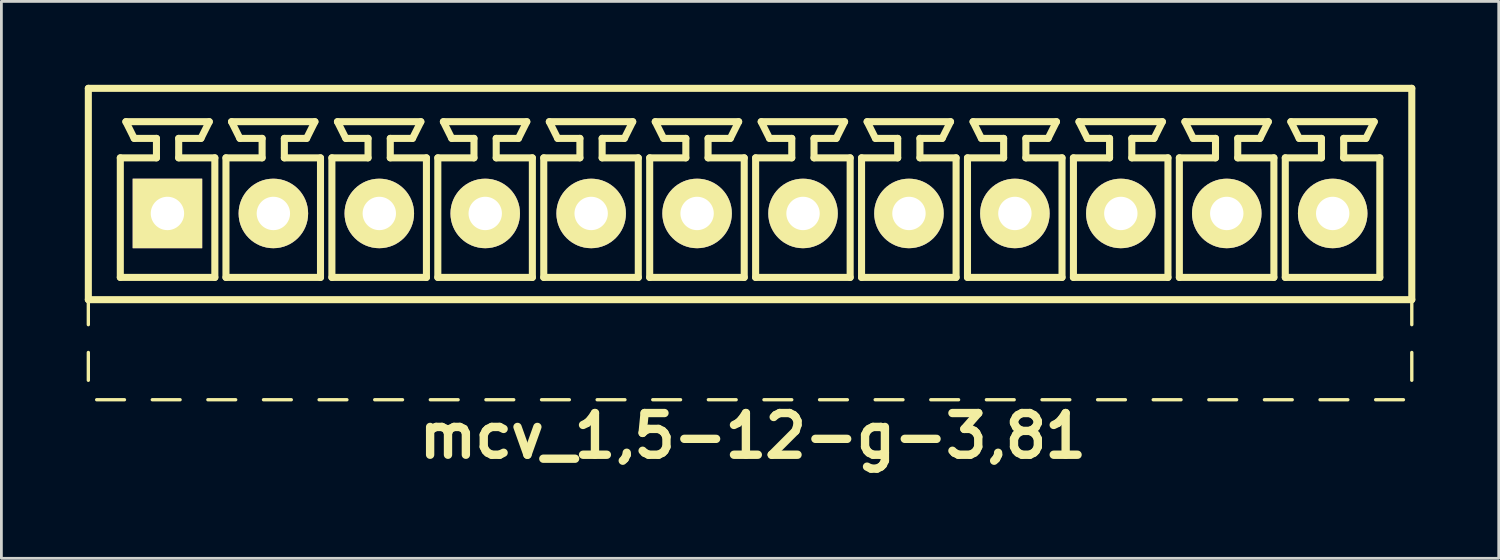
<source format=kicad_pcb>
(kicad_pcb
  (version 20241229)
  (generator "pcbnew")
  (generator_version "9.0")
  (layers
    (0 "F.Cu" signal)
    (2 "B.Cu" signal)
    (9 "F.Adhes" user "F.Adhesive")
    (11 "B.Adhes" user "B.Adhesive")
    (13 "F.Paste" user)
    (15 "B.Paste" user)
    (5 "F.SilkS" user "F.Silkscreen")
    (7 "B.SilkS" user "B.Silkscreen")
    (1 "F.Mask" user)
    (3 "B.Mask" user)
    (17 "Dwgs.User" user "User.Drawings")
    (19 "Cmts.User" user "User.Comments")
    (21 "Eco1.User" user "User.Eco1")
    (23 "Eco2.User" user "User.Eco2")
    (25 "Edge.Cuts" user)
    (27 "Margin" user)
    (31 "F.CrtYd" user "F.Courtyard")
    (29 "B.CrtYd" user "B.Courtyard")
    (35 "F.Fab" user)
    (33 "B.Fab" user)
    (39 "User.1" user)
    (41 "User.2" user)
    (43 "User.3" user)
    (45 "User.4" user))
  (footprint "mcv_1,5-12-g-3,81"
    (layer "F.Cu")
    (at 23.927 4.627)
    (property "Reference" "mcv_1,5-12-g-3,81" (at 0.1 8 0) (layer "F.SilkS") (effects (font (size 1.5 1.5) (thickness 0.3))))
    (attr through_hole)
    (fp_line (start -23.8 -4.5) (end -23.8 3.1) (stroke (width 0.254) (type solid)) (layer "F.SilkS"))
    (fp_line (start -23.8 -4.5) (end 23.8 -4.5) (stroke (width 0.254) (type solid)) (layer "F.SilkS"))
    (fp_line (start -23.8 3.1) (end -23.8 4) (stroke (width 0.12) (type solid)) (layer "F.SilkS"))
    (fp_line (start -23.8 3.1) (end 23.8 3.1) (stroke (width 0.254) (type solid)) (layer "F.SilkS"))
    (fp_line (start -23.8 5) (end -23.8 6) (stroke (width 0.12) (type solid)) (layer "F.SilkS"))
    (fp_line (start -23.5 6.7) (end -22.5 6.7) (stroke (width 0.12) (type solid)) (layer "F.SilkS"))
    (fp_line (start -22.65 -2) (end -21.35 -2) (stroke (width 0.254) (type solid)) (layer "F.SilkS"))
    (fp_line (start -22.65 2.3) (end -22.65 -2) (stroke (width 0.254) (type solid)) (layer "F.SilkS"))
    (fp_line (start -22.45 -3.3) (end -19.45 -3.3) (stroke (width 0.254) (type solid)) (layer "F.SilkS"))
    (fp_line (start -22.15 -2.7) (end -22.45 -3.3) (stroke (width 0.254) (type solid)) (layer "F.SilkS"))
    (fp_line (start -21.5 6.7) (end -20.5 6.7) (stroke (width 0.12) (type solid)) (layer "F.SilkS"))
    (fp_line (start -21.35 -2.7) (end -22.15 -2.7) (stroke (width 0.254) (type solid)) (layer "F.SilkS"))
    (fp_line (start -21.35 -2) (end -21.35 -2.7) (stroke (width 0.254) (type solid)) (layer "F.SilkS"))
    (fp_line (start -20.55 -2.7) (end -20.55 -2) (stroke (width 0.254) (type solid)) (layer "F.SilkS"))
    (fp_line (start -20.55 -2) (end -19.25 -2) (stroke (width 0.254) (type solid)) (layer "F.SilkS"))
    (fp_line (start -19.75 -2.7) (end -20.55 -2.7) (stroke (width 0.254) (type solid)) (layer "F.SilkS"))
    (fp_line (start -19.75 -2.7) (end -19.45 -3.3) (stroke (width 0.254) (type solid)) (layer "F.SilkS"))
    (fp_line (start -19.5 6.7) (end -18.5 6.7) (stroke (width 0.12) (type solid)) (layer "F.SilkS"))
    (fp_line (start -19.25 -2) (end -19.25 2.3) (stroke (width 0.254) (type solid)) (layer "F.SilkS"))
    (fp_line (start -19.25 2.3) (end -22.65 2.3) (stroke (width 0.254) (type solid)) (layer "F.SilkS"))
    (fp_line (start -18.85 -2) (end -17.55 -2) (stroke (width 0.254) (type solid)) (layer "F.SilkS"))
    (fp_line (start -18.85 2.3) (end -18.85 -2) (stroke (width 0.254) (type solid)) (layer "F.SilkS"))
    (fp_line (start -18.65 -3.3) (end -15.65 -3.3) (stroke (width 0.254) (type solid)) (layer "F.SilkS"))
    (fp_line (start -18.35 -2.7) (end -18.65 -3.3) (stroke (width 0.254) (type solid)) (layer "F.SilkS"))
    (fp_line (start -17.55 -2.7) (end -18.35 -2.7) (stroke (width 0.254) (type solid)) (layer "F.SilkS"))
    (fp_line (start -17.55 -2) (end -17.55 -2.7) (stroke (width 0.254) (type solid)) (layer "F.SilkS"))
    (fp_line (start -17.5 6.7) (end -16.5 6.7) (stroke (width 0.12) (type solid)) (layer "F.SilkS"))
    (fp_line (start -16.75 -2.7) (end -16.75 -2) (stroke (width 0.254) (type solid)) (layer "F.SilkS"))
    (fp_line (start -16.75 -2) (end -15.45 -2) (stroke (width 0.254) (type solid)) (layer "F.SilkS"))
    (fp_line (start -15.95 -2.7) (end -16.75 -2.7) (stroke (width 0.254) (type solid)) (layer "F.SilkS"))
    (fp_line (start -15.95 -2.7) (end -15.65 -3.3) (stroke (width 0.254) (type solid)) (layer "F.SilkS"))
    (fp_line (start -15.5 6.7) (end -14.5 6.7) (stroke (width 0.12) (type solid)) (layer "F.SilkS"))
    (fp_line (start -15.45 -2) (end -15.45 2.3) (stroke (width 0.254) (type solid)) (layer "F.SilkS"))
    (fp_line (start -15.45 2.3) (end -18.85 2.3) (stroke (width 0.254) (type solid)) (layer "F.SilkS"))
    (fp_line (start -15.04 -2) (end -13.74 -2) (stroke (width 0.254) (type solid)) (layer "F.SilkS"))
    (fp_line (start -15.04 2.3) (end -15.04 -2) (stroke (width 0.254) (type solid)) (layer "F.SilkS"))
    (fp_line (start -14.84 -3.3) (end -11.84 -3.3) (stroke (width 0.254) (type solid)) (layer "F.SilkS"))
    (fp_line (start -14.54 -2.7) (end -14.84 -3.3) (stroke (width 0.254) (type solid)) (layer "F.SilkS"))
    (fp_line (start -13.74 -2.7) (end -14.54 -2.7) (stroke (width 0.254) (type solid)) (layer "F.SilkS"))
    (fp_line (start -13.74 -2) (end -13.74 -2.7) (stroke (width 0.254) (type solid)) (layer "F.SilkS"))
    (fp_line (start -13.5 6.7) (end -12.5 6.7) (stroke (width 0.12) (type solid)) (layer "F.SilkS"))
    (fp_line (start -12.94 -2.7) (end -12.94 -2) (stroke (width 0.254) (type solid)) (layer "F.SilkS"))
    (fp_line (start -12.94 -2) (end -11.64 -2) (stroke (width 0.254) (type solid)) (layer "F.SilkS"))
    (fp_line (start -12.14 -2.7) (end -12.94 -2.7) (stroke (width 0.254) (type solid)) (layer "F.SilkS"))
    (fp_line (start -12.14 -2.7) (end -11.84 -3.3) (stroke (width 0.254) (type solid)) (layer "F.SilkS"))
    (fp_line (start -11.64 -2) (end -11.64 2.3) (stroke (width 0.254) (type solid)) (layer "F.SilkS"))
    (fp_line (start -11.64 2.3) (end -15.04 2.3) (stroke (width 0.254) (type solid)) (layer "F.SilkS"))
    (fp_line (start -11.5 6.7) (end -10.5 6.7) (stroke (width 0.12) (type solid)) (layer "F.SilkS"))
    (fp_line (start -11.23 -2) (end -9.93 -2) (stroke (width 0.254) (type solid)) (layer "F.SilkS"))
    (fp_line (start -11.23 2.3) (end -11.23 -2) (stroke (width 0.254) (type solid)) (layer "F.SilkS"))
    (fp_line (start -11.03 -3.3) (end -8.03 -3.3) (stroke (width 0.254) (type solid)) (layer "F.SilkS"))
    (fp_line (start -10.73 -2.7) (end -11.03 -3.3) (stroke (width 0.254) (type solid)) (layer "F.SilkS"))
    (fp_line (start -9.93 -2.7) (end -10.73 -2.7) (stroke (width 0.254) (type solid)) (layer "F.SilkS"))
    (fp_line (start -9.93 -2) (end -9.93 -2.7) (stroke (width 0.254) (type solid)) (layer "F.SilkS"))
    (fp_line (start -9.5 6.7) (end -8.5 6.7) (stroke (width 0.12) (type solid)) (layer "F.SilkS"))
    (fp_line (start -9.13 -2.7) (end -9.13 -2) (stroke (width 0.254) (type solid)) (layer "F.SilkS"))
    (fp_line (start -9.13 -2) (end -7.83 -2) (stroke (width 0.254) (type solid)) (layer "F.SilkS"))
    (fp_line (start -8.33 -2.7) (end -9.13 -2.7) (stroke (width 0.254) (type solid)) (layer "F.SilkS"))
    (fp_line (start -8.33 -2.7) (end -8.03 -3.3) (stroke (width 0.254) (type solid)) (layer "F.SilkS"))
    (fp_line (start -7.83 -2) (end -7.83 2.3) (stroke (width 0.254) (type solid)) (layer "F.SilkS"))
    (fp_line (start -7.83 2.3) (end -11.23 2.3) (stroke (width 0.254) (type solid)) (layer "F.SilkS"))
    (fp_line (start -7.5 6.7) (end -6.5 6.7) (stroke (width 0.12) (type solid)) (layer "F.SilkS"))
    (fp_line (start -7.42 -2) (end -6.12 -2) (stroke (width 0.254) (type solid)) (layer "F.SilkS"))
    (fp_line (start -7.42 2.3) (end -7.42 -2) (stroke (width 0.254) (type solid)) (layer "F.SilkS"))
    (fp_line (start -7.22 -3.3) (end -4.22 -3.3) (stroke (width 0.254) (type solid)) (layer "F.SilkS"))
    (fp_line (start -6.92 -2.7) (end -7.22 -3.3) (stroke (width 0.254) (type solid)) (layer "F.SilkS"))
    (fp_line (start -6.12 -2.7) (end -6.92 -2.7) (stroke (width 0.254) (type solid)) (layer "F.SilkS"))
    (fp_line (start -6.12 -2) (end -6.12 -2.7) (stroke (width 0.254) (type solid)) (layer "F.SilkS"))
    (fp_line (start -5.5 6.7) (end -4.5 6.7) (stroke (width 0.12) (type solid)) (layer "F.SilkS"))
    (fp_line (start -5.32 -2.7) (end -5.32 -2) (stroke (width 0.254) (type solid)) (layer "F.SilkS"))
    (fp_line (start -5.32 -2) (end -4.02 -2) (stroke (width 0.254) (type solid)) (layer "F.SilkS"))
    (fp_line (start -4.52 -2.7) (end -5.32 -2.7) (stroke (width 0.254) (type solid)) (layer "F.SilkS"))
    (fp_line (start -4.52 -2.7) (end -4.22 -3.3) (stroke (width 0.254) (type solid)) (layer "F.SilkS"))
    (fp_line (start -4.02 -2) (end -4.02 2.3) (stroke (width 0.254) (type solid)) (layer "F.SilkS"))
    (fp_line (start -4.02 2.3) (end -7.42 2.3) (stroke (width 0.254) (type solid)) (layer "F.SilkS"))
    (fp_line (start -3.61 -2) (end -2.31 -2) (stroke (width 0.254) (type solid)) (layer "F.SilkS"))
    (fp_line (start -3.61 2.3) (end -3.61 -2) (stroke (width 0.254) (type solid)) (layer "F.SilkS"))
    (fp_line (start -3.5 6.7) (end -2.5 6.7) (stroke (width 0.12) (type solid)) (layer "F.SilkS"))
    (fp_line (start -3.41 -3.3) (end -0.41 -3.3) (stroke (width 0.254) (type solid)) (layer "F.SilkS"))
    (fp_line (start -3.11 -2.7) (end -3.41 -3.3) (stroke (width 0.254) (type solid)) (layer "F.SilkS"))
    (fp_line (start -2.31 -2.7) (end -3.11 -2.7) (stroke (width 0.254) (type solid)) (layer "F.SilkS"))
    (fp_line (start -2.31 -2) (end -2.31 -2.7) (stroke (width 0.254) (type solid)) (layer "F.SilkS"))
    (fp_line (start -1.51 -2.7) (end -1.51 -2) (stroke (width 0.254) (type solid)) (layer "F.SilkS"))
    (fp_line (start -1.51 -2) (end -0.21 -2) (stroke (width 0.254) (type solid)) (layer "F.SilkS"))
    (fp_line (start -1.5 6.7) (end -0.5 6.7) (stroke (width 0.12) (type solid)) (layer "F.SilkS"))
    (fp_line (start -0.71 -2.7) (end -1.51 -2.7) (stroke (width 0.254) (type solid)) (layer "F.SilkS"))
    (fp_line (start -0.71 -2.7) (end -0.41 -3.3) (stroke (width 0.254) (type solid)) (layer "F.SilkS"))
    (fp_line (start -0.21 -2) (end -0.21 2.3) (stroke (width 0.254) (type solid)) (layer "F.SilkS"))
    (fp_line (start -0.21 2.3) (end -3.61 2.3) (stroke (width 0.254) (type solid)) (layer "F.SilkS"))
    (fp_line (start 0.2 -2) (end 1.5 -2) (stroke (width 0.254) (type solid)) (layer "F.SilkS"))
    (fp_line (start 0.2 2.3) (end 0.2 -2) (stroke (width 0.254) (type solid)) (layer "F.SilkS"))
    (fp_line (start 0.4 -3.3) (end 3.4 -3.3) (stroke (width 0.254) (type solid)) (layer "F.SilkS"))
    (fp_line (start 0.5 6.7) (end 1.5 6.7) (stroke (width 0.12) (type solid)) (layer "F.SilkS"))
    (fp_line (start 0.7 -2.7) (end 0.4 -3.3) (stroke (width 0.254) (type solid)) (layer "F.SilkS"))
    (fp_line (start 1.5 -2.7) (end 0.7 -2.7) (stroke (width 0.254) (type solid)) (layer "F.SilkS"))
    (fp_line (start 1.5 -2) (end 1.5 -2.7) (stroke (width 0.254) (type solid)) (layer "F.SilkS"))
    (fp_line (start 2.3 -2.7) (end 2.3 -2) (stroke (width 0.254) (type solid)) (layer "F.SilkS"))
    (fp_line (start 2.3 -2) (end 3.6 -2) (stroke (width 0.254) (type solid)) (layer "F.SilkS"))
    (fp_line (start 2.5 6.7) (end 3.5 6.7) (stroke (width 0.12) (type solid)) (layer "F.SilkS"))
    (fp_line (start 3.1 -2.7) (end 2.3 -2.7) (stroke (width 0.254) (type solid)) (layer "F.SilkS"))
    (fp_line (start 3.1 -2.7) (end 3.4 -3.3) (stroke (width 0.254) (type solid)) (layer "F.SilkS"))
    (fp_line (start 3.6 -2) (end 3.6 2.3) (stroke (width 0.254) (type solid)) (layer "F.SilkS"))
    (fp_line (start 3.6 2.3) (end 0.2 2.3) (stroke (width 0.254) (type solid)) (layer "F.SilkS"))
    (fp_line (start 4.01 -2) (end 5.31 -2) (stroke (width 0.254) (type solid)) (layer "F.SilkS"))
    (fp_line (start 4.01 2.3) (end 4.01 -2) (stroke (width 0.254) (type solid)) (layer "F.SilkS"))
    (fp_line (start 4.21 -3.3) (end 7.21 -3.3) (stroke (width 0.254) (type solid)) (layer "F.SilkS"))
    (fp_line (start 4.5 6.7) (end 5.5 6.7) (stroke (width 0.12) (type solid)) (layer "F.SilkS"))
    (fp_line (start 4.51 -2.7) (end 4.21 -3.3) (stroke (width 0.254) (type solid)) (layer "F.SilkS"))
    (fp_line (start 5.31 -2.7) (end 4.51 -2.7) (stroke (width 0.254) (type solid)) (layer "F.SilkS"))
    (fp_line (start 5.31 -2) (end 5.31 -2.7) (stroke (width 0.254) (type solid)) (layer "F.SilkS"))
    (fp_line (start 6.11 -2.7) (end 6.11 -2) (stroke (width 0.254) (type solid)) (layer "F.SilkS"))
    (fp_line (start 6.11 -2) (end 7.41 -2) (stroke (width 0.254) (type solid)) (layer "F.SilkS"))
    (fp_line (start 6.5 6.7) (end 7.5 6.7) (stroke (width 0.12) (type solid)) (layer "F.SilkS"))
    (fp_line (start 6.91 -2.7) (end 6.11 -2.7) (stroke (width 0.254) (type solid)) (layer "F.SilkS"))
    (fp_line (start 6.91 -2.7) (end 7.21 -3.3) (stroke (width 0.254) (type solid)) (layer "F.SilkS"))
    (fp_line (start 7.41 -2) (end 7.41 2.3) (stroke (width 0.254) (type solid)) (layer "F.SilkS"))
    (fp_line (start 7.41 2.3) (end 4.01 2.3) (stroke (width 0.254) (type solid)) (layer "F.SilkS"))
    (fp_line (start 7.82 -2) (end 9.12 -2) (stroke (width 0.254) (type solid)) (layer "F.SilkS"))
    (fp_line (start 7.82 2.3) (end 7.82 -2) (stroke (width 0.254) (type solid)) (layer "F.SilkS"))
    (fp_line (start 8.02 -3.3) (end 11.02 -3.3) (stroke (width 0.254) (type solid)) (layer "F.SilkS"))
    (fp_line (start 8.32 -2.7) (end 8.02 -3.3) (stroke (width 0.254) (type solid)) (layer "F.SilkS"))
    (fp_line (start 8.5 6.7) (end 9.5 6.7) (stroke (width 0.12) (type solid)) (layer "F.SilkS"))
    (fp_line (start 9.12 -2.7) (end 8.32 -2.7) (stroke (width 0.254) (type solid)) (layer "F.SilkS"))
    (fp_line (start 9.12 -2) (end 9.12 -2.7) (stroke (width 0.254) (type solid)) (layer "F.SilkS"))
    (fp_line (start 9.92 -2.7) (end 9.92 -2) (stroke (width 0.254) (type solid)) (layer "F.SilkS"))
    (fp_line (start 9.92 -2) (end 11.22 -2) (stroke (width 0.254) (type solid)) (layer "F.SilkS"))
    (fp_line (start 10.5 6.7) (end 11.5 6.7) (stroke (width 0.12) (type solid)) (layer "F.SilkS"))
    (fp_line (start 10.72 -2.7) (end 9.92 -2.7) (stroke (width 0.254) (type solid)) (layer "F.SilkS"))
    (fp_line (start 10.72 -2.7) (end 11.02 -3.3) (stroke (width 0.254) (type solid)) (layer "F.SilkS"))
    (fp_line (start 11.22 -2) (end 11.22 2.3) (stroke (width 0.254) (type solid)) (layer "F.SilkS"))
    (fp_line (start 11.22 2.3) (end 7.82 2.3) (stroke (width 0.254) (type solid)) (layer "F.SilkS"))
    (fp_line (start 11.63 -2) (end 12.93 -2) (stroke (width 0.254) (type solid)) (layer "F.SilkS"))
    (fp_line (start 11.63 2.3) (end 11.63 -2) (stroke (width 0.254) (type solid)) (layer "F.SilkS"))
    (fp_line (start 11.83 -3.3) (end 14.83 -3.3) (stroke (width 0.254) (type solid)) (layer "F.SilkS"))
    (fp_line (start 12.13 -2.7) (end 11.83 -3.3) (stroke (width 0.254) (type solid)) (layer "F.SilkS"))
    (fp_line (start 12.5 6.7) (end 13.5 6.7) (stroke (width 0.12) (type solid)) (layer "F.SilkS"))
    (fp_line (start 12.93 -2.7) (end 12.13 -2.7) (stroke (width 0.254) (type solid)) (layer "F.SilkS"))
    (fp_line (start 12.93 -2) (end 12.93 -2.7) (stroke (width 0.254) (type solid)) (layer "F.SilkS"))
    (fp_line (start 13.73 -2.7) (end 13.73 -2) (stroke (width 0.254) (type solid)) (layer "F.SilkS"))
    (fp_line (start 13.73 -2) (end 15.03 -2) (stroke (width 0.254) (type solid)) (layer "F.SilkS"))
    (fp_line (start 14.5 6.7) (end 15.5 6.7) (stroke (width 0.12) (type solid)) (layer "F.SilkS"))
    (fp_line (start 14.53 -2.7) (end 13.73 -2.7) (stroke (width 0.254) (type solid)) (layer "F.SilkS"))
    (fp_line (start 14.53 -2.7) (end 14.83 -3.3) (stroke (width 0.254) (type solid)) (layer "F.SilkS"))
    (fp_line (start 15.03 -2) (end 15.03 2.3) (stroke (width 0.254) (type solid)) (layer "F.SilkS"))
    (fp_line (start 15.03 2.3) (end 11.63 2.3) (stroke (width 0.254) (type solid)) (layer "F.SilkS"))
    (fp_line (start 15.44 -2) (end 16.74 -2) (stroke (width 0.254) (type solid)) (layer "F.SilkS"))
    (fp_line (start 15.44 2.3) (end 15.44 -2) (stroke (width 0.254) (type solid)) (layer "F.SilkS"))
    (fp_line (start 15.64 -3.3) (end 18.64 -3.3) (stroke (width 0.254) (type solid)) (layer "F.SilkS"))
    (fp_line (start 15.94 -2.7) (end 15.64 -3.3) (stroke (width 0.254) (type solid)) (layer "F.SilkS"))
    (fp_line (start 16.5 6.7) (end 17.5 6.7) (stroke (width 0.12) (type solid)) (layer "F.SilkS"))
    (fp_line (start 16.74 -2.7) (end 15.94 -2.7) (stroke (width 0.254) (type solid)) (layer "F.SilkS"))
    (fp_line (start 16.74 -2) (end 16.74 -2.7) (stroke (width 0.254) (type solid)) (layer "F.SilkS"))
    (fp_line (start 17.54 -2.7) (end 17.54 -2) (stroke (width 0.254) (type solid)) (layer "F.SilkS"))
    (fp_line (start 17.54 -2) (end 18.84 -2) (stroke (width 0.254) (type solid)) (layer "F.SilkS"))
    (fp_line (start 18.34 -2.7) (end 17.54 -2.7) (stroke (width 0.254) (type solid)) (layer "F.SilkS"))
    (fp_line (start 18.34 -2.7) (end 18.64 -3.3) (stroke (width 0.254) (type solid)) (layer "F.SilkS"))
    (fp_line (start 18.5 6.7) (end 19.5 6.7) (stroke (width 0.12) (type solid)) (layer "F.SilkS"))
    (fp_line (start 18.84 -2) (end 18.84 2.3) (stroke (width 0.254) (type solid)) (layer "F.SilkS"))
    (fp_line (start 18.84 2.3) (end 15.44 2.3) (stroke (width 0.254) (type solid)) (layer "F.SilkS"))
    (fp_line (start 19.25 -2) (end 20.55 -2) (stroke (width 0.254) (type solid)) (layer "F.SilkS"))
    (fp_line (start 19.25 2.3) (end 19.25 -2) (stroke (width 0.254) (type solid)) (layer "F.SilkS"))
    (fp_line (start 19.45 -3.3) (end 22.45 -3.3) (stroke (width 0.254) (type solid)) (layer "F.SilkS"))
    (fp_line (start 19.75 -2.7) (end 19.45 -3.3) (stroke (width 0.254) (type solid)) (layer "F.SilkS"))
    (fp_line (start 20.5 6.7) (end 21.5 6.7) (stroke (width 0.12) (type solid)) (layer "F.SilkS"))
    (fp_line (start 20.55 -2.7) (end 19.75 -2.7) (stroke (width 0.254) (type solid)) (layer "F.SilkS"))
    (fp_line (start 20.55 -2) (end 20.55 -2.7) (stroke (width 0.254) (type solid)) (layer "F.SilkS"))
    (fp_line (start 21.35 -2.7) (end 21.35 -2) (stroke (width 0.254) (type solid)) (layer "F.SilkS"))
    (fp_line (start 21.35 -2) (end 22.65 -2) (stroke (width 0.254) (type solid)) (layer "F.SilkS"))
    (fp_line (start 22.15 -2.7) (end 21.35 -2.7) (stroke (width 0.254) (type solid)) (layer "F.SilkS"))
    (fp_line (start 22.15 -2.7) (end 22.45 -3.3) (stroke (width 0.254) (type solid)) (layer "F.SilkS"))
    (fp_line (start 22.5 6.7) (end 23.5 6.7) (stroke (width 0.12) (type solid)) (layer "F.SilkS"))
    (fp_line (start 22.65 -2) (end 22.65 2.3) (stroke (width 0.254) (type solid)) (layer "F.SilkS"))
    (fp_line (start 22.65 2.3) (end 19.25 2.3) (stroke (width 0.254) (type solid)) (layer "F.SilkS"))
    (fp_line (start 23.8 -4.5) (end 23.8 3.1) (stroke (width 0.254) (type solid)) (layer "F.SilkS"))
    (fp_line (start 23.8 4) (end 23.8 3.1) (stroke (width 0.12) (type solid)) (layer "F.SilkS"))
    (fp_line (start 23.8 6) (end 23.8 5) (stroke (width 0.12) (type solid)) (layer "F.SilkS"))
    (pad "1" thru_hole rect (at -20.955 0) (size 2.5 2.5) (drill 1.2) (layers "*.Cu" "*.Mask" "F.SilkS"))
    (pad "2" thru_hole circle (at -17.145 0) (size 2.5 2.5) (drill 1.2) (layers "*.Cu" "*.Mask" "F.SilkS"))
    (pad "3" thru_hole circle (at -13.335 0) (size 2.5 2.5) (drill 1.2) (layers "*.Cu" "*.Mask" "F.SilkS"))
    (pad "4" thru_hole circle (at -9.525 0) (size 2.5 2.5) (drill 1.2) (layers "*.Cu" "*.Mask" "F.SilkS"))
    (pad "5" thru_hole circle (at -5.715 0) (size 2.5 2.5) (drill 1.2) (layers "*.Cu" "*.Mask" "F.SilkS"))
    (pad "6" thru_hole circle (at -1.905 0) (size 2.5 2.5) (drill 1.2) (layers "*.Cu" "*.Mask" "F.SilkS"))
    (pad "7" thru_hole circle (at 1.905 0) (size 2.5 2.5) (drill 1.2) (layers "*.Cu" "*.Mask" "F.SilkS"))
    (pad "8" thru_hole circle (at 5.715 0) (size 2.5 2.5) (drill 1.2) (layers "*.Cu" "*.Mask" "F.SilkS"))
    (pad "9" thru_hole circle (at 9.525 0) (size 2.5 2.5) (drill 1.2) (layers "*.Cu" "*.Mask" "F.SilkS"))
    (pad "10" thru_hole circle (at 13.335 0) (size 2.5 2.5) (drill 1.2) (layers "*.Cu" "*.Mask" "F.SilkS"))
    (pad "11" thru_hole circle (at 17.145 0) (size 2.5 2.5) (drill 1.2) (layers "*.Cu" "*.Mask" "F.SilkS"))
    (pad "12" thru_hole circle (at 20.955 0) (size 2.5 2.5) (drill 1.2) (layers "*.Cu" "*.Mask" "F.SilkS")))
  (gr_rect
    (start -3 -3)
    (end 50.854 17.031)
    (stroke (width 0.1) (type default))
    (fill no)
    (layer "Edge.Cuts")))
</source>
